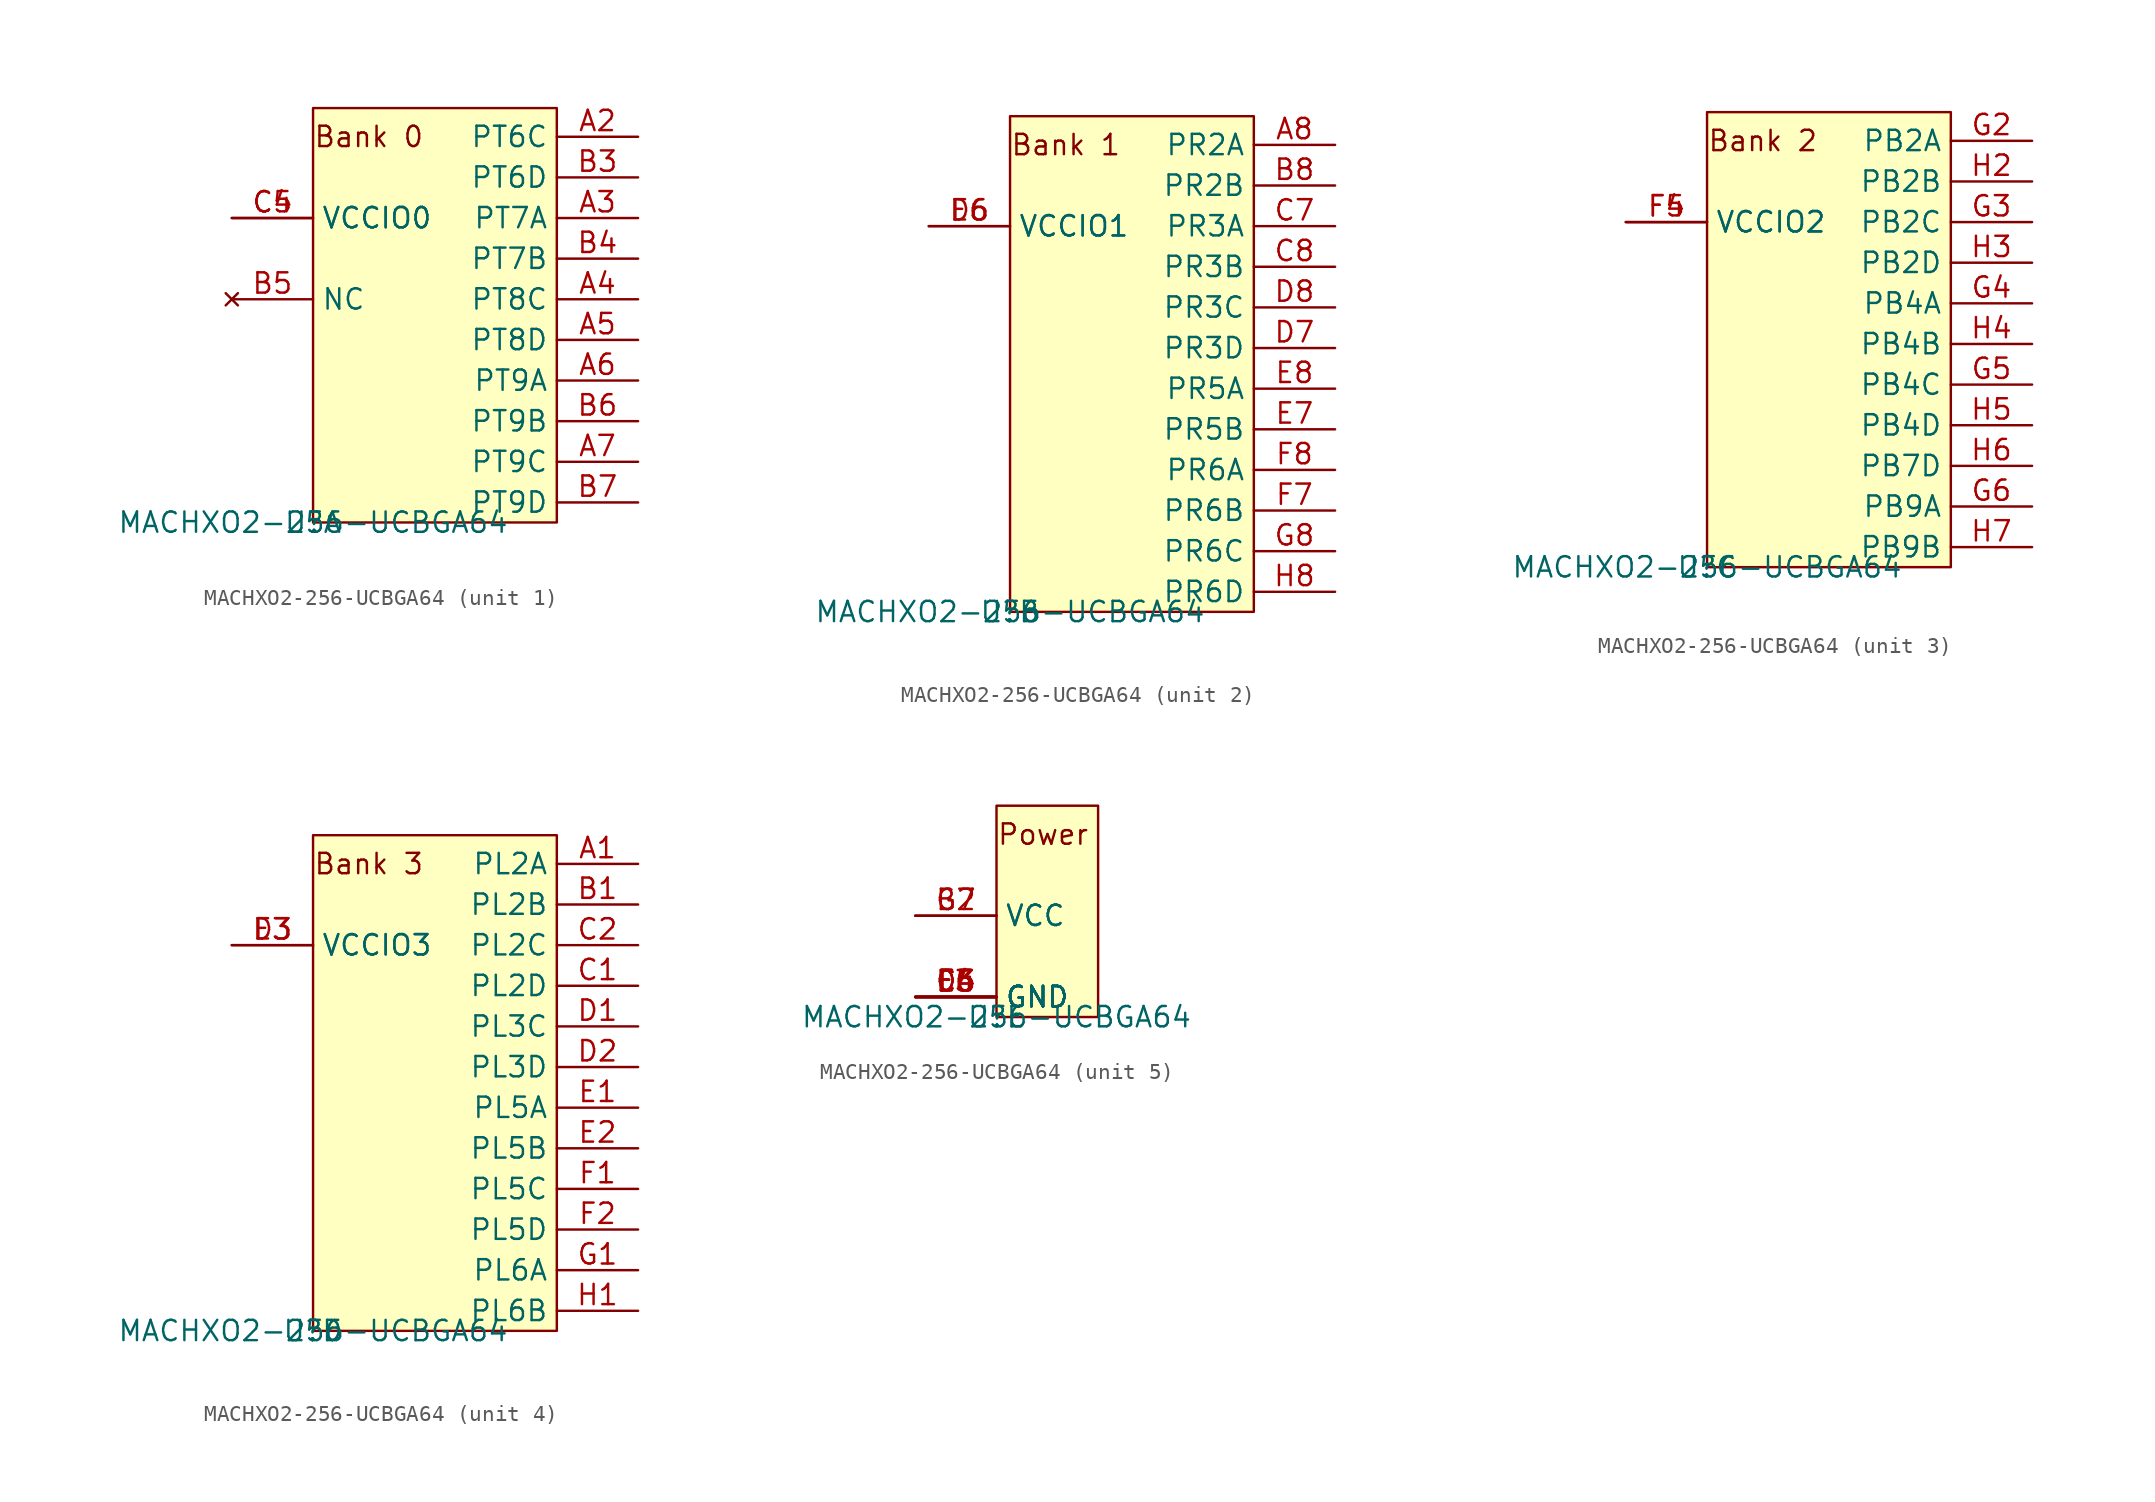
<source format=kicad_sym>
(kicad_symbol_lib
  (version 20211014)
  (generator kicad_symbol_editor)
  (symbol "MACHXO2-256-UCBGA64"
    (property "Reference" "U"
      (at 0 0 0)
      (effects (font (size 1.27 1.27))))
    (property "Value" "MACHXO2-256-UCBGA64"
      (at 0 0 0)
      (effects (font (size 1.27 1.27))))
    (property "ki_locked" ""
      (at 0 0 0)
      (effects (font (size 1.27 1.27))))
    (symbol "MACHXO2-256-UCBGA64_1_0"
      (pin power_in line (at -5.08 19.034 0) (length 5.08) (name "VCCIO0" (effects (font (size 1.27 1.27)))) (number "C5" (effects (font (size 1.27 1.27)))))
      (pin power_in line (at -5.08 19.034 0) (length 5.08) (name "VCCIO0" (effects (font (size 1.27 1.27)))) (number "C4" (effects (font (size 1.27 1.27)))))
      (pin no_connect line (at -5.08 13.954 0) (length 5.08) (name "NC" (effects (font (size 1.27 1.27)))) (number "B5" (effects (font (size 1.27 1.27)))))
      (pin bidirectional line (at 20.32 24.114 180) (length 5.08) (name "PT6C" (effects (font (size 1.27 1.27)))) (number "A2" (effects (font (size 1.27 1.27)))))
      (pin bidirectional line (at 20.32 21.574 180) (length 5.08) (name "PT6D" (effects (font (size 1.27 1.27)))) (number "B3" (effects (font (size 1.27 1.27)))))
      (pin bidirectional line (at 20.32 19.034 180) (length 5.08) (name "PT7A" (effects (font (size 1.27 1.27)))) (number "A3" (effects (font (size 1.27 1.27)))))
      (pin bidirectional line (at 20.32 16.494 180) (length 5.08) (name "PT7B" (effects (font (size 1.27 1.27)))) (number "B4" (effects (font (size 1.27 1.27)))))
      (pin bidirectional line (at 20.32 13.954 180) (length 5.08) (name "PT8C" (effects (font (size 1.27 1.27)))) (number "A4" (effects (font (size 1.27 1.27)))))
      (pin bidirectional line (at 20.32 11.414 180) (length 5.08) (name "PT8D" (effects (font (size 1.27 1.27)))) (number "A5" (effects (font (size 1.27 1.27)))))
      (pin bidirectional line (at 20.32 8.874 180) (length 5.08) (name "PT9A" (effects (font (size 1.27 1.27)))) (number "A6" (effects (font (size 1.27 1.27)))))
      (pin bidirectional line (at 20.32 6.334 180) (length 5.08) (name "PT9B" (effects (font (size 1.27 1.27)))) (number "B6" (effects (font (size 1.27 1.27)))))
      (pin bidirectional line (at 20.32 3.794 180) (length 5.08) (name "PT9C" (effects (font (size 1.27 1.27)))) (number "A7" (effects (font (size 1.27 1.27)))))
      (pin bidirectional line (at 20.32 1.254 180) (length 5.08) (name "PT9D" (effects (font (size 1.27 1.27)))) (number "B7" (effects (font (size 1.27 1.27))))))
    (symbol "MACHXO2-256-UCBGA64_1_1"
      (rectangle (start 0 0) (end 15.24 25.908) (stroke (width 0) (type default) (color 0 0 0 0)) (fill (type background)))
      (text "Bank 0" (at 0 24.114 0) (effects (font (size 1.27 1.27)) (justify left))))
    (symbol "MACHXO2-256-UCBGA64_2_0"
      (pin power_in line (at -5.08 24.114 0) (length 5.08) (name "VCCIO1" (effects (font (size 1.27 1.27)))) (number "E6" (effects (font (size 1.27 1.27)))))
      (pin power_in line (at -5.08 24.114 0) (length 5.08) (name "VCCIO1" (effects (font (size 1.27 1.27)))) (number "D6" (effects (font (size 1.27 1.27)))))
      (pin bidirectional line (at 20.32 29.194 180) (length 5.08) (name "PR2A" (effects (font (size 1.27 1.27)))) (number "A8" (effects (font (size 1.27 1.27)))))
      (pin bidirectional line (at 20.32 26.654 180) (length 5.08) (name "PR2B" (effects (font (size 1.27 1.27)))) (number "B8" (effects (font (size 1.27 1.27)))))
      (pin bidirectional line (at 20.32 24.114 180) (length 5.08) (name "PR3A" (effects (font (size 1.27 1.27)))) (number "C7" (effects (font (size 1.27 1.27)))))
      (pin bidirectional line (at 20.32 21.574 180) (length 5.08) (name "PR3B" (effects (font (size 1.27 1.27)))) (number "C8" (effects (font (size 1.27 1.27)))))
      (pin bidirectional line (at 20.32 19.034 180) (length 5.08) (name "PR3C" (effects (font (size 1.27 1.27)))) (number "D8" (effects (font (size 1.27 1.27)))))
      (pin bidirectional line (at 20.32 16.494 180) (length 5.08) (name "PR3D" (effects (font (size 1.27 1.27)))) (number "D7" (effects (font (size 1.27 1.27)))))
      (pin bidirectional line (at 20.32 13.954 180) (length 5.08) (name "PR5A" (effects (font (size 1.27 1.27)))) (number "E8" (effects (font (size 1.27 1.27)))))
      (pin bidirectional line (at 20.32 11.414 180) (length 5.08) (name "PR5B" (effects (font (size 1.27 1.27)))) (number "E7" (effects (font (size 1.27 1.27)))))
      (pin bidirectional line (at 20.32 8.874 180) (length 5.08) (name "PR6A" (effects (font (size 1.27 1.27)))) (number "F8" (effects (font (size 1.27 1.27)))))
      (pin bidirectional line (at 20.32 6.334 180) (length 5.08) (name "PR6B" (effects (font (size 1.27 1.27)))) (number "F7" (effects (font (size 1.27 1.27)))))
      (pin bidirectional line (at 20.32 3.794 180) (length 5.08) (name "PR6C" (effects (font (size 1.27 1.27)))) (number "G8" (effects (font (size 1.27 1.27)))))
      (pin bidirectional line (at 20.32 1.254 180) (length 5.08) (name "PR6D" (effects (font (size 1.27 1.27)))) (number "H8" (effects (font (size 1.27 1.27))))))
    (symbol "MACHXO2-256-UCBGA64_2_1"
      (rectangle (start 0 0) (end 15.24 30.988) (stroke (width 0) (type default) (color 0 0 0 0)) (fill (type background)))
      (text "Bank 1" (at 0 29.194 0) (effects (font (size 1.27 1.27)) (justify left))))
    (symbol "MACHXO2-256-UCBGA64_3_0"
      (pin power_in line (at -5.08 21.574 0) (length 5.08) (name "VCCIO2" (effects (font (size 1.27 1.27)))) (number "F5" (effects (font (size 1.27 1.27)))))
      (pin power_in line (at -5.08 21.574 0) (length 5.08) (name "VCCIO2" (effects (font (size 1.27 1.27)))) (number "F4" (effects (font (size 1.27 1.27)))))
      (pin bidirectional line (at 20.32 26.654 180) (length 5.08) (name "PB2A" (effects (font (size 1.27 1.27)))) (number "G2" (effects (font (size 1.27 1.27)))))
      (pin bidirectional line (at 20.32 24.114 180) (length 5.08) (name "PB2B" (effects (font (size 1.27 1.27)))) (number "H2" (effects (font (size 1.27 1.27)))))
      (pin bidirectional line (at 20.32 21.574 180) (length 5.08) (name "PB2C" (effects (font (size 1.27 1.27)))) (number "G3" (effects (font (size 1.27 1.27)))))
      (pin bidirectional line (at 20.32 19.034 180) (length 5.08) (name "PB2D" (effects (font (size 1.27 1.27)))) (number "H3" (effects (font (size 1.27 1.27)))))
      (pin bidirectional line (at 20.32 16.494 180) (length 5.08) (name "PB4A" (effects (font (size 1.27 1.27)))) (number "G4" (effects (font (size 1.27 1.27)))))
      (pin bidirectional line (at 20.32 13.954 180) (length 5.08) (name "PB4B" (effects (font (size 1.27 1.27)))) (number "H4" (effects (font (size 1.27 1.27)))))
      (pin bidirectional line (at 20.32 11.414 180) (length 5.08) (name "PB4C" (effects (font (size 1.27 1.27)))) (number "G5" (effects (font (size 1.27 1.27)))))
      (pin bidirectional line (at 20.32 8.874 180) (length 5.08) (name "PB4D" (effects (font (size 1.27 1.27)))) (number "H5" (effects (font (size 1.27 1.27)))))
      (pin bidirectional line (at 20.32 6.334 180) (length 5.08) (name "PB7D" (effects (font (size 1.27 1.27)))) (number "H6" (effects (font (size 1.27 1.27)))))
      (pin bidirectional line (at 20.32 3.794 180) (length 5.08) (name "PB9A" (effects (font (size 1.27 1.27)))) (number "G6" (effects (font (size 1.27 1.27)))))
      (pin bidirectional line (at 20.32 1.254 180) (length 5.08) (name "PB9B" (effects (font (size 1.27 1.27)))) (number "H7" (effects (font (size 1.27 1.27))))))
    (symbol "MACHXO2-256-UCBGA64_3_1"
      (rectangle (start 0 0) (end 15.24 28.448) (stroke (width 0) (type default) (color 0 0 0 0)) (fill (type background)))
      (text "Bank 2" (at 0 26.654 0) (effects (font (size 1.27 1.27)) (justify left))))
    (symbol "MACHXO2-256-UCBGA64_4_0"
      (pin power_in line (at -5.08 24.114 0) (length 5.08) (name "VCCIO3" (effects (font (size 1.27 1.27)))) (number "E3" (effects (font (size 1.27 1.27)))))
      (pin power_in line (at -5.08 24.114 0) (length 5.08) (name "VCCIO3" (effects (font (size 1.27 1.27)))) (number "D3" (effects (font (size 1.27 1.27)))))
      (pin bidirectional line (at 20.32 29.194 180) (length 5.08) (name "PL2A" (effects (font (size 1.27 1.27)))) (number "A1" (effects (font (size 1.27 1.27)))))
      (pin bidirectional line (at 20.32 26.654 180) (length 5.08) (name "PL2B" (effects (font (size 1.27 1.27)))) (number "B1" (effects (font (size 1.27 1.27)))))
      (pin bidirectional line (at 20.32 24.114 180) (length 5.08) (name "PL2C" (effects (font (size 1.27 1.27)))) (number "C2" (effects (font (size 1.27 1.27)))))
      (pin bidirectional line (at 20.32 21.574 180) (length 5.08) (name "PL2D" (effects (font (size 1.27 1.27)))) (number "C1" (effects (font (size 1.27 1.27)))))
      (pin bidirectional line (at 20.32 19.034 180) (length 5.08) (name "PL3C" (effects (font (size 1.27 1.27)))) (number "D1" (effects (font (size 1.27 1.27)))))
      (pin bidirectional line (at 20.32 16.494 180) (length 5.08) (name "PL3D" (effects (font (size 1.27 1.27)))) (number "D2" (effects (font (size 1.27 1.27)))))
      (pin bidirectional line (at 20.32 13.954 180) (length 5.08) (name "PL5A" (effects (font (size 1.27 1.27)))) (number "E1" (effects (font (size 1.27 1.27)))))
      (pin bidirectional line (at 20.32 11.414 180) (length 5.08) (name "PL5B" (effects (font (size 1.27 1.27)))) (number "E2" (effects (font (size 1.27 1.27)))))
      (pin bidirectional line (at 20.32 8.874 180) (length 5.08) (name "PL5C" (effects (font (size 1.27 1.27)))) (number "F1" (effects (font (size 1.27 1.27)))))
      (pin bidirectional line (at 20.32 6.334 180) (length 5.08) (name "PL5D" (effects (font (size 1.27 1.27)))) (number "F2" (effects (font (size 1.27 1.27)))))
      (pin bidirectional line (at 20.32 3.794 180) (length 5.08) (name "PL6A" (effects (font (size 1.27 1.27)))) (number "G1" (effects (font (size 1.27 1.27)))))
      (pin bidirectional line (at 20.32 1.254 180) (length 5.08) (name "PL6B" (effects (font (size 1.27 1.27)))) (number "H1" (effects (font (size 1.27 1.27))))))
    (symbol "MACHXO2-256-UCBGA64_4_1"
      (rectangle (start 0 0) (end 15.24 30.988) (stroke (width 0) (type default) (color 0 0 0 0)) (fill (type background)))
      (text "Bank 3" (at 0 29.194 0) (effects (font (size 1.27 1.27)) (justify left))))
    (symbol "MACHXO2-256-UCBGA64_5_0"
      (pin power_in line (at -5.08 6.334 0) (length 5.08) (name "VCC" (effects (font (size 1.27 1.27)))) (number "G7" (effects (font (size 1.27 1.27)))))
      (pin power_in line (at -5.08 6.334 0) (length 5.08) (name "VCC" (effects (font (size 1.27 1.27)))) (number "B2" (effects (font (size 1.27 1.27)))))
      (pin power_in line (at -5.08 1.254 0) (length 5.08) (name "GND" (effects (font (size 1.27 1.27)))) (number "E4" (effects (font (size 1.27 1.27)))))
      (pin power_in line (at -5.08 1.254 0) (length 5.08) (name "GND" (effects (font (size 1.27 1.27)))) (number "D4" (effects (font (size 1.27 1.27)))))
      (pin power_in line (at -5.08 1.254 0) (length 5.08) (name "GND" (effects (font (size 1.27 1.27)))) (number "F6" (effects (font (size 1.27 1.27)))))
      (pin power_in line (at -5.08 1.254 0) (length 5.08) (name "GND" (effects (font (size 1.27 1.27)))) (number "F3" (effects (font (size 1.27 1.27)))))
      (pin power_in line (at -5.08 1.254 0) (length 5.08) (name "GND" (effects (font (size 1.27 1.27)))) (number "E5" (effects (font (size 1.27 1.27)))))
      (pin power_in line (at -5.08 1.254 0) (length 5.08) (name "GND" (effects (font (size 1.27 1.27)))) (number "D5" (effects (font (size 1.27 1.27)))))
      (pin power_in line (at -5.08 1.254 0) (length 5.08) (name "GND" (effects (font (size 1.27 1.27)))) (number "C6" (effects (font (size 1.27 1.27)))))
      (pin power_in line (at -5.08 1.254 0) (length 5.08) (name "GND" (effects (font (size 1.27 1.27)))) (number "C3" (effects (font (size 1.27 1.27))))))
    (symbol "MACHXO2-256-UCBGA64_5_1"
      (rectangle (start 0 0) (end 6.35 13.208) (stroke (width 0) (type default) (color 0 0 0 0)) (fill (type background)))
      (text "Power" (at 0 11.414 0) (effects (font (size 1.27 1.27)) (justify left))))))
</source>
